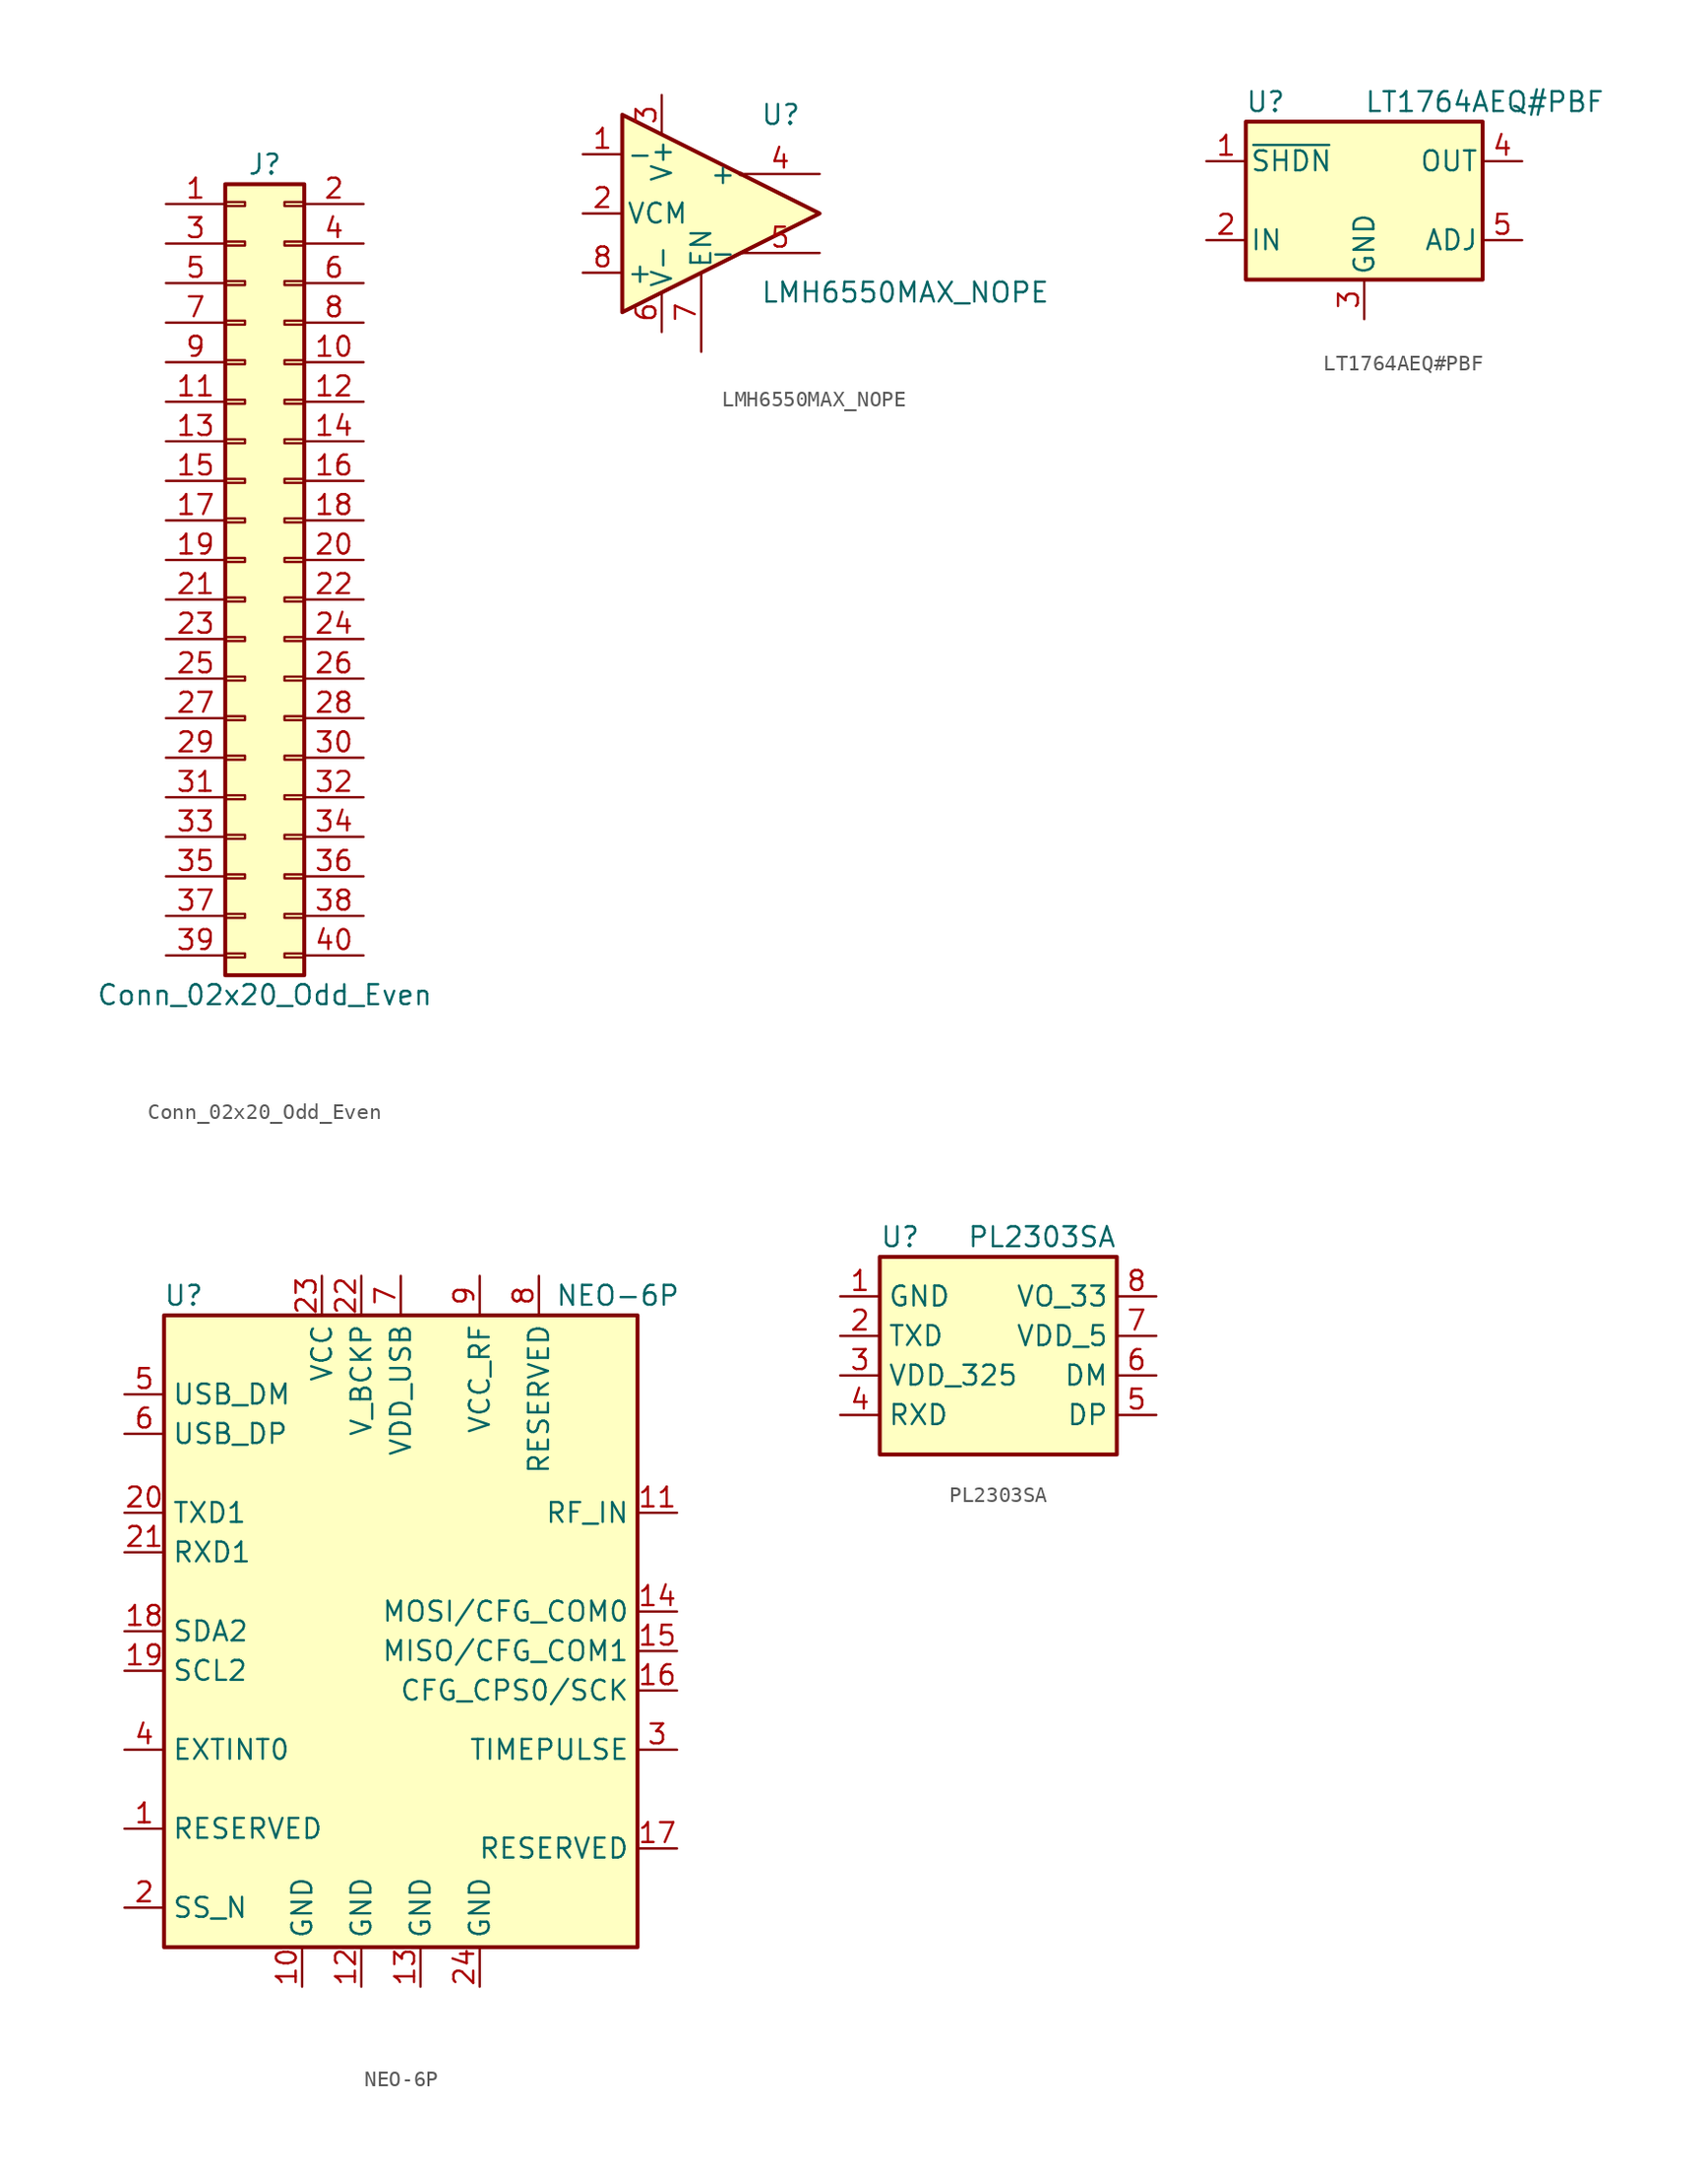
<source format=kicad_sym>
(kicad_symbol_lib
  (version 20201005)
  (generator kicad_symbol_editor)
  (symbol "muonpi-kicad-library:Conn_02x20_Odd_Even"
    (pin_names
      (offset 1.016) hide)
    (property "Reference" "J"
      (at 1.27 25.4 0)
      (effects (font (size 1.27 1.27))))
    (property "Value" "Conn_02x20_Odd_Even"
      (at 1.27 -27.94 0)
      (effects (font (size 1.27 1.27))))
    (symbol "Conn_02x20_Odd_Even_1_1"
      (rectangle (start -1.27 -25.273) (end 0 -25.527) (stroke (width 0.152)) (fill (type none)))
      (rectangle (start -1.27 -22.733) (end 0 -22.987) (stroke (width 0.152)) (fill (type none)))
      (rectangle (start -1.27 -20.193) (end 0 -20.447) (stroke (width 0.152)) (fill (type none)))
      (rectangle (start -1.27 -17.653) (end 0 -17.907) (stroke (width 0.152)) (fill (type none)))
      (rectangle (start -1.27 -15.113) (end 0 -15.367) (stroke (width 0.152)) (fill (type none)))
      (rectangle (start -1.27 -12.573) (end 0 -12.827) (stroke (width 0.152)) (fill (type none)))
      (rectangle (start -1.27 -10.033) (end 0 -10.287) (stroke (width 0.152)) (fill (type none)))
      (rectangle (start -1.27 -7.493) (end 0 -7.747) (stroke (width 0.152)) (fill (type none)))
      (rectangle (start -1.27 -4.953) (end 0 -5.207) (stroke (width 0.152)) (fill (type none)))
      (rectangle (start -1.27 -2.413) (end 0 -2.667) (stroke (width 0.152)) (fill (type none)))
      (rectangle (start -1.27 0.127) (end 0 -0.127) (stroke (width 0.152)) (fill (type none)))
      (rectangle (start -1.27 2.667) (end 0 2.413) (stroke (width 0.152)) (fill (type none)))
      (rectangle (start -1.27 5.207) (end 0 4.953) (stroke (width 0.152)) (fill (type none)))
      (rectangle (start -1.27 7.747) (end 0 7.493) (stroke (width 0.152)) (fill (type none)))
      (rectangle (start -1.27 10.287) (end 0 10.033) (stroke (width 0.152)) (fill (type none)))
      (rectangle (start -1.27 12.827) (end 0 12.573) (stroke (width 0.152)) (fill (type none)))
      (rectangle (start -1.27 15.367) (end 0 15.113) (stroke (width 0.152)) (fill (type none)))
      (rectangle (start -1.27 17.907) (end 0 17.653) (stroke (width 0.152)) (fill (type none)))
      (rectangle (start -1.27 20.447) (end 0 20.193) (stroke (width 0.152)) (fill (type none)))
      (rectangle (start -1.27 22.987) (end 0 22.733) (stroke (width 0.152)) (fill (type none)))
      (rectangle (start 3.81 -25.273) (end 2.54 -25.527) (stroke (width 0.152)) (fill (type none)))
      (rectangle (start 3.81 -22.733) (end 2.54 -22.987) (stroke (width 0.152)) (fill (type none)))
      (rectangle (start 3.81 -20.193) (end 2.54 -20.447) (stroke (width 0.152)) (fill (type none)))
      (rectangle (start 3.81 -17.653) (end 2.54 -17.907) (stroke (width 0.152)) (fill (type none)))
      (rectangle (start 3.81 -15.113) (end 2.54 -15.367) (stroke (width 0.152)) (fill (type none)))
      (rectangle (start 3.81 -12.573) (end 2.54 -12.827) (stroke (width 0.152)) (fill (type none)))
      (rectangle (start 3.81 -10.033) (end 2.54 -10.287) (stroke (width 0.152)) (fill (type none)))
      (rectangle (start 3.81 -7.493) (end 2.54 -7.747) (stroke (width 0.152)) (fill (type none)))
      (rectangle (start 3.81 -4.953) (end 2.54 -5.207) (stroke (width 0.152)) (fill (type none)))
      (rectangle (start 3.81 -2.413) (end 2.54 -2.667) (stroke (width 0.152)) (fill (type none)))
      (rectangle (start 3.81 0.127) (end 2.54 -0.127) (stroke (width 0.152)) (fill (type none)))
      (rectangle (start 3.81 2.667) (end 2.54 2.413) (stroke (width 0.152)) (fill (type none)))
      (rectangle (start 3.81 5.207) (end 2.54 4.953) (stroke (width 0.152)) (fill (type none)))
      (rectangle (start 3.81 7.747) (end 2.54 7.493) (stroke (width 0.152)) (fill (type none)))
      (rectangle (start 3.81 10.287) (end 2.54 10.033) (stroke (width 0.152)) (fill (type none)))
      (rectangle (start 3.81 12.827) (end 2.54 12.573) (stroke (width 0.152)) (fill (type none)))
      (rectangle (start 3.81 15.367) (end 2.54 15.113) (stroke (width 0.152)) (fill (type none)))
      (rectangle (start 3.81 17.907) (end 2.54 17.653) (stroke (width 0.152)) (fill (type none)))
      (rectangle (start 3.81 20.447) (end 2.54 20.193) (stroke (width 0.152)) (fill (type none)))
      (rectangle (start 3.81 22.987) (end 2.54 22.733) (stroke (width 0.152)) (fill (type none)))
      (rectangle (start -1.27 24.13) (end 3.81 -26.67) (stroke (width 0.254)) (fill (type background)))
      (pin passive line (at -5.08 22.86 0) (length 3.81) (name "Pin_1" (effects (font (size 1.27 1.27)))) (number "1" (effects (font (size 1.27 1.27)))))
      (pin passive line (at 7.62 12.7 180) (length 3.81) (name "Pin_10" (effects (font (size 1.27 1.27)))) (number "10" (effects (font (size 1.27 1.27)))))
      (pin passive line (at -5.08 10.16 0) (length 3.81) (name "Pin_11" (effects (font (size 1.27 1.27)))) (number "11" (effects (font (size 1.27 1.27)))))
      (pin passive line (at 7.62 10.16 180) (length 3.81) (name "Pin_12" (effects (font (size 1.27 1.27)))) (number "12" (effects (font (size 1.27 1.27)))))
      (pin passive line (at -5.08 7.62 0) (length 3.81) (name "Pin_13" (effects (font (size 1.27 1.27)))) (number "13" (effects (font (size 1.27 1.27)))))
      (pin passive line (at 7.62 7.62 180) (length 3.81) (name "Pin_14" (effects (font (size 1.27 1.27)))) (number "14" (effects (font (size 1.27 1.27)))))
      (pin passive line (at -5.08 5.08 0) (length 3.81) (name "Pin_15" (effects (font (size 1.27 1.27)))) (number "15" (effects (font (size 1.27 1.27)))))
      (pin passive line (at 7.62 5.08 180) (length 3.81) (name "Pin_16" (effects (font (size 1.27 1.27)))) (number "16" (effects (font (size 1.27 1.27)))))
      (pin passive line (at -5.08 2.54 0) (length 3.81) (name "Pin_17" (effects (font (size 1.27 1.27)))) (number "17" (effects (font (size 1.27 1.27)))))
      (pin passive line (at 7.62 2.54 180) (length 3.81) (name "Pin_18" (effects (font (size 1.27 1.27)))) (number "18" (effects (font (size 1.27 1.27)))))
      (pin passive line (at -5.08 0 0) (length 3.81) (name "Pin_19" (effects (font (size 1.27 1.27)))) (number "19" (effects (font (size 1.27 1.27)))))
      (pin passive line (at 7.62 22.86 180) (length 3.81) (name "Pin_2" (effects (font (size 1.27 1.27)))) (number "2" (effects (font (size 1.27 1.27)))))
      (pin passive line (at 7.62 0 180) (length 3.81) (name "Pin_20" (effects (font (size 1.27 1.27)))) (number "20" (effects (font (size 1.27 1.27)))))
      (pin passive line (at -5.08 -2.54 0) (length 3.81) (name "Pin_21" (effects (font (size 1.27 1.27)))) (number "21" (effects (font (size 1.27 1.27)))))
      (pin passive line (at 7.62 -2.54 180) (length 3.81) (name "Pin_22" (effects (font (size 1.27 1.27)))) (number "22" (effects (font (size 1.27 1.27)))))
      (pin passive line (at -5.08 -5.08 0) (length 3.81) (name "Pin_23" (effects (font (size 1.27 1.27)))) (number "23" (effects (font (size 1.27 1.27)))))
      (pin passive line (at 7.62 -5.08 180) (length 3.81) (name "Pin_24" (effects (font (size 1.27 1.27)))) (number "24" (effects (font (size 1.27 1.27)))))
      (pin passive line (at -5.08 -7.62 0) (length 3.81) (name "Pin_25" (effects (font (size 1.27 1.27)))) (number "25" (effects (font (size 1.27 1.27)))))
      (pin passive line (at 7.62 -7.62 180) (length 3.81) (name "Pin_26" (effects (font (size 1.27 1.27)))) (number "26" (effects (font (size 1.27 1.27)))))
      (pin passive line (at -5.08 -10.16 0) (length 3.81) (name "Pin_27" (effects (font (size 1.27 1.27)))) (number "27" (effects (font (size 1.27 1.27)))))
      (pin passive line (at 7.62 -10.16 180) (length 3.81) (name "Pin_28" (effects (font (size 1.27 1.27)))) (number "28" (effects (font (size 1.27 1.27)))))
      (pin passive line (at -5.08 -12.7 0) (length 3.81) (name "Pin_29" (effects (font (size 1.27 1.27)))) (number "29" (effects (font (size 1.27 1.27)))))
      (pin passive line (at -5.08 20.32 0) (length 3.81) (name "Pin_3" (effects (font (size 1.27 1.27)))) (number "3" (effects (font (size 1.27 1.27)))))
      (pin passive line (at 7.62 -12.7 180) (length 3.81) (name "Pin_30" (effects (font (size 1.27 1.27)))) (number "30" (effects (font (size 1.27 1.27)))))
      (pin passive line (at -5.08 -15.24 0) (length 3.81) (name "Pin_31" (effects (font (size 1.27 1.27)))) (number "31" (effects (font (size 1.27 1.27)))))
      (pin passive line (at 7.62 -15.24 180) (length 3.81) (name "Pin_32" (effects (font (size 1.27 1.27)))) (number "32" (effects (font (size 1.27 1.27)))))
      (pin passive line (at -5.08 -17.78 0) (length 3.81) (name "Pin_33" (effects (font (size 1.27 1.27)))) (number "33" (effects (font (size 1.27 1.27)))))
      (pin passive line (at 7.62 -17.78 180) (length 3.81) (name "Pin_34" (effects (font (size 1.27 1.27)))) (number "34" (effects (font (size 1.27 1.27)))))
      (pin passive line (at -5.08 -20.32 0) (length 3.81) (name "Pin_35" (effects (font (size 1.27 1.27)))) (number "35" (effects (font (size 1.27 1.27)))))
      (pin passive line (at 7.62 -20.32 180) (length 3.81) (name "Pin_36" (effects (font (size 1.27 1.27)))) (number "36" (effects (font (size 1.27 1.27)))))
      (pin passive line (at -5.08 -22.86 0) (length 3.81) (name "Pin_37" (effects (font (size 1.27 1.27)))) (number "37" (effects (font (size 1.27 1.27)))))
      (pin passive line (at 7.62 -22.86 180) (length 3.81) (name "Pin_38" (effects (font (size 1.27 1.27)))) (number "38" (effects (font (size 1.27 1.27)))))
      (pin passive line (at -5.08 -25.4 0) (length 3.81) (name "Pin_39" (effects (font (size 1.27 1.27)))) (number "39" (effects (font (size 1.27 1.27)))))
      (pin passive line (at 7.62 20.32 180) (length 3.81) (name "Pin_4" (effects (font (size 1.27 1.27)))) (number "4" (effects (font (size 1.27 1.27)))))
      (pin passive line (at 7.62 -25.4 180) (length 3.81) (name "Pin_40" (effects (font (size 1.27 1.27)))) (number "40" (effects (font (size 1.27 1.27)))))
      (pin passive line (at -5.08 17.78 0) (length 3.81) (name "Pin_5" (effects (font (size 1.27 1.27)))) (number "5" (effects (font (size 1.27 1.27)))))
      (pin passive line (at 7.62 17.78 180) (length 3.81) (name "Pin_6" (effects (font (size 1.27 1.27)))) (number "6" (effects (font (size 1.27 1.27)))))
      (pin passive line (at -5.08 15.24 0) (length 3.81) (name "Pin_7" (effects (font (size 1.27 1.27)))) (number "7" (effects (font (size 1.27 1.27)))))
      (pin passive line (at 7.62 15.24 180) (length 3.81) (name "Pin_8" (effects (font (size 1.27 1.27)))) (number "8" (effects (font (size 1.27 1.27)))))
      (pin passive line (at -5.08 12.7 0) (length 3.81) (name "Pin_9" (effects (font (size 1.27 1.27)))) (number "9" (effects (font (size 1.27 1.27)))))))
  (symbol "muonpi-kicad-library:LMH6550MAX_NOPE"
    (pin_names
      (offset 0.254))
    (property "Reference" "U"
      (at 3.81 6.35 0)
      (effects (font (size 1.27 1.27)) (justify left)))
    (property "Value" "LMH6550MAX_NOPE"
      (at 3.81 -5.08 0)
      (effects (font (size 1.27 1.27)) (justify left)))
    (symbol "LMH6550MAX_NOPE_0_1"
      (circle (center 2.54 2.54) (radius 0) (stroke (width 0)) (fill (type none)))
      (polyline (pts (xy 7.62 0) (xy -5.08 6.35) (xy -5.08 -6.35) (xy 7.62 0)) (stroke (width 0.254)) (fill (type background))))
    (symbol "LMH6550MAX_NOPE_1_1"
      (pin input line (at -7.62 3.81 0) (length 2.54) (name "-" (effects (font (size 1.27 1.27)))) (number "1" (effects (font (size 1.27 1.27)))))
      (pin input line (at -7.62 0 0) (length 2.54) (name "VCM" (effects (font (size 1.27 1.27)))) (number "2" (effects (font (size 1.27 1.27)))))
      (pin power_in line (at -2.54 7.62 270) (length 2.54) (name "V+" (effects (font (size 1.27 1.27)))) (number "3" (effects (font (size 1.27 1.27)))))
      (pin output line (at 7.62 2.54 180) (length 5.08) (name "+" (effects (font (size 1.27 1.27)))) (number "4" (effects (font (size 1.27 1.27)))))
      (pin output line (at 7.62 -2.54 180) (length 5.08) (name "-" (effects (font (size 1.27 1.27)))) (number "5" (effects (font (size 1.27 1.27)))))
      (pin power_in line (at -2.54 -7.62 90) (length 2.54) (name "V-" (effects (font (size 1.27 1.27)))) (number "6" (effects (font (size 1.27 1.27)))))
      (pin input line (at 0 -8.89 90) (length 5.08) (name "EN" (effects (font (size 1.27 1.27)))) (number "7" (effects (font (size 1.27 1.27)))))
      (pin no_connect line (at 5.08 0 180) (length 2.54) hide (name "NC" (effects (font (size 1.27 1.27)))) (number "7" (effects (font (size 1.27 1.27)))))
      (pin input line (at -7.62 -3.81 0) (length 2.54) (name "+" (effects (font (size 1.27 1.27)))) (number "8" (effects (font (size 1.27 1.27)))))))
  (symbol "muonpi-kicad-library:LT1764AEQ#PBF"
    (pin_names
      (offset 0.254))
    (property "Reference" "U"
      (at -6.35 6.35 0)
      (effects (font (size 1.27 1.27))))
    (property "Value" "LT1764AEQ#PBF"
      (at 0 6.35 0)
      (effects (font (size 1.27 1.27)) (justify left)))
    (symbol "LT1764AEQ#PBF_0_1"
      (rectangle (start -7.62 5.08) (end 7.62 -5.08) (stroke (width 0.254)) (fill (type background))))
    (symbol "LT1764AEQ#PBF_1_1"
      (pin input line (at -10.16 2.54 0) (length 2.54) (name "~SHDN" (effects (font (size 1.27 1.27)))) (number "1" (effects (font (size 1.27 1.27)))))
      (pin power_in line (at -10.16 -2.54 0) (length 2.54) (name "IN" (effects (font (size 1.27 1.27)))) (number "2" (effects (font (size 1.27 1.27)))))
      (pin passive line (at 0 -7.62 90) (length 2.54) (name "GND" (effects (font (size 1.27 1.27)))) (number "3" (effects (font (size 1.27 1.27)))))
      (pin power_out line (at 10.16 2.54 180) (length 2.54) (name "OUT" (effects (font (size 1.27 1.27)))) (number "4" (effects (font (size 1.27 1.27)))))
      (pin input line (at 10.16 -2.54 180) (length 2.54) (name "ADJ" (effects (font (size 1.27 1.27)))) (number "5" (effects (font (size 1.27 1.27)))))))
  (symbol "muonpi-kicad-library:NEO-6P"
    (property "Reference" "U"
      (at -13.97 21.59 0)
      (effects (font (size 1.27 1.27))))
    (property "Value" "NEO-6P"
      (at 13.97 21.59 0)
      (effects (font (size 1.27 1.27))))
    (symbol "NEO-6P_0_1"
      (rectangle (start -15.24 20.32) (end 15.24 -20.32) (stroke (width 0.254)) (fill (type background))))
    (symbol "NEO-6P_1_1"
      (pin input line (at -17.78 -12.7 0) (length 2.54) (name "RESERVED" (effects (font (size 1.27 1.27)))) (number "1" (effects (font (size 1.27 1.27)))))
      (pin power_in line (at -6.35 -22.86 90) (length 2.54) (name "GND" (effects (font (size 1.27 1.27)))) (number "10" (effects (font (size 1.27 1.27)))))
      (pin input line (at 17.78 7.62 180) (length 2.54) (name "RF_IN" (effects (font (size 1.27 1.27)))) (number "11" (effects (font (size 1.27 1.27)))))
      (pin power_in line (at -2.54 -22.86 90) (length 2.54) (name "GND" (effects (font (size 1.27 1.27)))) (number "12" (effects (font (size 1.27 1.27)))))
      (pin power_in line (at 1.27 -22.86 90) (length 2.54) (name "GND" (effects (font (size 1.27 1.27)))) (number "13" (effects (font (size 1.27 1.27)))))
      (pin output line (at 17.78 1.27 180) (length 2.54) (name "MOSI/CFG_COM0" (effects (font (size 1.27 1.27)))) (number "14" (effects (font (size 1.27 1.27)))))
      (pin output line (at 17.78 -1.27 180) (length 2.54) (name "MISO/CFG_COM1" (effects (font (size 1.27 1.27)))) (number "15" (effects (font (size 1.27 1.27)))))
      (pin output line (at 17.78 -3.81 180) (length 2.54) (name "CFG_CPS0/SCK" (effects (font (size 1.27 1.27)))) (number "16" (effects (font (size 1.27 1.27)))))
      (pin passive line (at 17.78 -13.97 180) (length 2.54) (name "RESERVED" (effects (font (size 1.27 1.27)))) (number "17" (effects (font (size 1.27 1.27)))))
      (pin bidirectional line (at -17.78 0 0) (length 2.54) (name "SDA2" (effects (font (size 1.27 1.27)))) (number "18" (effects (font (size 1.27 1.27)))))
      (pin input line (at -17.78 -2.54 0) (length 2.54) (name "SCL2" (effects (font (size 1.27 1.27)))) (number "19" (effects (font (size 1.27 1.27)))))
      (pin input line (at -17.78 -17.78 0) (length 2.54) (name "SS_N" (effects (font (size 1.27 1.27)))) (number "2" (effects (font (size 1.27 1.27)))))
      (pin output line (at -17.78 7.62 0) (length 2.54) (name "TXD1" (effects (font (size 1.27 1.27)))) (number "20" (effects (font (size 1.27 1.27)))))
      (pin input line (at -17.78 5.08 0) (length 2.54) (name "RXD1" (effects (font (size 1.27 1.27)))) (number "21" (effects (font (size 1.27 1.27)))))
      (pin power_in line (at -2.54 22.86 270) (length 2.54) (name "V_BCKP" (effects (font (size 1.27 1.27)))) (number "22" (effects (font (size 1.27 1.27)))))
      (pin power_in line (at -5.08 22.86 270) (length 2.54) (name "VCC" (effects (font (size 1.27 1.27)))) (number "23" (effects (font (size 1.27 1.27)))))
      (pin power_in line (at 5.08 -22.86 90) (length 2.54) (name "GND" (effects (font (size 1.27 1.27)))) (number "24" (effects (font (size 1.27 1.27)))))
      (pin output line (at 17.78 -7.62 180) (length 2.54) (name "TIMEPULSE" (effects (font (size 1.27 1.27)))) (number "3" (effects (font (size 1.27 1.27)))))
      (pin input line (at -17.78 -7.62 0) (length 2.54) (name "EXTINT0" (effects (font (size 1.27 1.27)))) (number "4" (effects (font (size 1.27 1.27)))))
      (pin bidirectional line (at -17.78 15.24 0) (length 2.54) (name "USB_DM" (effects (font (size 1.27 1.27)))) (number "5" (effects (font (size 1.27 1.27)))))
      (pin bidirectional line (at -17.78 12.7 0) (length 2.54) (name "USB_DP" (effects (font (size 1.27 1.27)))) (number "6" (effects (font (size 1.27 1.27)))))
      (pin power_in line (at 0 22.86 270) (length 2.54) (name "VDD_USB" (effects (font (size 1.27 1.27)))) (number "7" (effects (font (size 1.27 1.27)))))
      (pin input line (at 8.89 22.86 270) (length 2.54) (name "RESERVED" (effects (font (size 1.27 1.27)))) (number "8" (effects (font (size 1.27 1.27)))))
      (pin power_out line (at 5.08 22.86 270) (length 2.54) (name "VCC_RF" (effects (font (size 1.27 1.27)))) (number "9" (effects (font (size 1.27 1.27)))))))
  (symbol "muonpi-kicad-library:PL2303SA"
    (property "Reference" "U"
      (at -7.62 6.35 0)
      (effects (font (size 1.27 1.27)) (justify left)))
    (property "Value" "PL2303SA"
      (at 7.62 6.35 0)
      (effects (font (size 1.27 1.27)) (justify right)))
    (symbol "PL2303SA_0_1"
      (rectangle (start -7.62 5.08) (end 7.62 -7.62) (stroke (width 0.254)) (fill (type background))))
    (symbol "PL2303SA_1_1"
      (pin passive line (at -10.16 2.54 0) (length 2.54) (name "GND" (effects (font (size 1.27 1.27)))) (number "1" (effects (font (size 1.27 1.27)))))
      (pin output line (at -10.16 0 0) (length 2.54) (name "TXD" (effects (font (size 1.27 1.27)))) (number "2" (effects (font (size 1.27 1.27)))))
      (pin power_in line (at -10.16 -2.54 0) (length 2.54) (name "VDD_325" (effects (font (size 1.27 1.27)))) (number "3" (effects (font (size 1.27 1.27)))))
      (pin input line (at -10.16 -5.08 0) (length 2.54) (name "RXD" (effects (font (size 1.27 1.27)))) (number "4" (effects (font (size 1.27 1.27)))))
      (pin bidirectional line (at 10.16 -5.08 180) (length 2.54) (name "DP" (effects (font (size 1.27 1.27)))) (number "5" (effects (font (size 1.27 1.27)))))
      (pin bidirectional line (at 10.16 -2.54 180) (length 2.54) (name "DM" (effects (font (size 1.27 1.27)))) (number "6" (effects (font (size 1.27 1.27)))))
      (pin power_in line (at 10.16 0 180) (length 2.54) (name "VDD_5" (effects (font (size 1.27 1.27)))) (number "7" (effects (font (size 1.27 1.27)))))
      (pin power_out line (at 10.16 2.54 180) (length 2.54) (name "VO_33" (effects (font (size 1.27 1.27)))) (number "8" (effects (font (size 1.27 1.27))))))))
</source>
